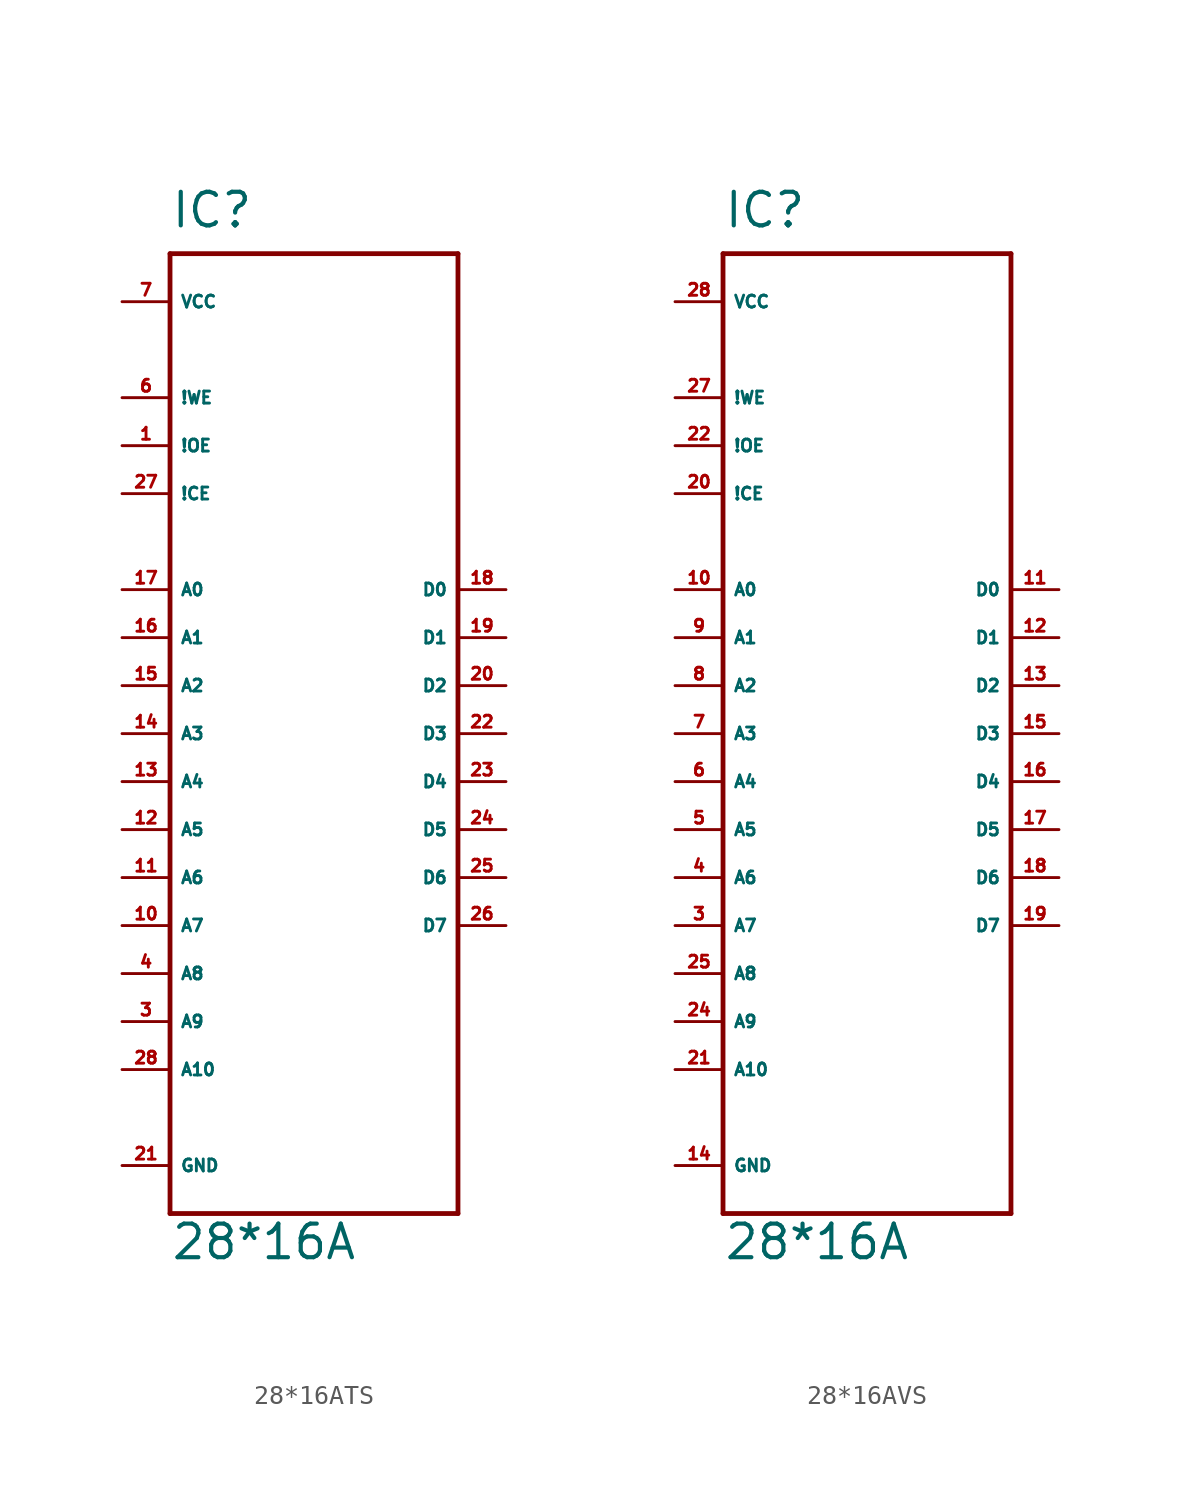
<source format=kicad_sym>
(kicad_symbol_lib
  (version 20220914)
  (generator Eagle2Kicad)
  (symbol "28*16ATS"
    (property "Reference" "IC"
      (at -7.62 26.67 0)
      (effects (font (size 1.778 1.778) (thickness 0.22)) (justify left bottom)))
    (property "Value" "28*16A"
      (at -7.62 -27.94 0)
      (effects (font (size 1.778 1.778) (thickness 0.22)) (justify left bottom)))
    (polyline
      (pts (xy -7.62 25.4) (xy 7.62 25.4))
      (stroke (width 0.254) (type default))
      (fill (type none)))
    (polyline
      (pts (xy 7.62 25.4) (xy 7.62 -25.4))
      (stroke (width 0.254) (type default))
      (fill (type none)))
    (polyline
      (pts (xy 7.62 -25.4) (xy -7.62 -25.4))
      (stroke (width 0.254) (type default))
      (fill (type none)))
    (polyline
      (pts (xy -7.62 -25.4) (xy -7.62 25.4))
      (stroke (width 0.254) (type default))
      (fill (type none)))
    (pin input line
      (at -10.16 7.62 0)
      (length 2.54)
      (name "A0" (effects (font (size 0.635 0.635) (thickness 0.08)) (justify left bottom)))
      (number "17" (effects (font (size 0.635 0.635) (thickness 0.08)) (justify left bottom))))
    (pin input line
      (at -10.16 5.08 0)
      (length 2.54)
      (name "A1" (effects (font (size 0.635 0.635) (thickness 0.08)) (justify left bottom)))
      (number "16" (effects (font (size 0.635 0.635) (thickness 0.08)) (justify left bottom))))
    (pin input line
      (at -10.16 2.54 0)
      (length 2.54)
      (name "A2" (effects (font (size 0.635 0.635) (thickness 0.08)) (justify left bottom)))
      (number "15" (effects (font (size 0.635 0.635) (thickness 0.08)) (justify left bottom))))
    (pin input line
      (at -10.16 0 0)
      (length 2.54)
      (name "A3" (effects (font (size 0.635 0.635) (thickness 0.08)) (justify left bottom)))
      (number "14" (effects (font (size 0.635 0.635) (thickness 0.08)) (justify left bottom))))
    (pin input line
      (at -10.16 -2.54 0)
      (length 2.54)
      (name "A4" (effects (font (size 0.635 0.635) (thickness 0.08)) (justify left bottom)))
      (number "13" (effects (font (size 0.635 0.635) (thickness 0.08)) (justify left bottom))))
    (pin input line
      (at -10.16 -5.08 0)
      (length 2.54)
      (name "A5" (effects (font (size 0.635 0.635) (thickness 0.08)) (justify left bottom)))
      (number "12" (effects (font (size 0.635 0.635) (thickness 0.08)) (justify left bottom))))
    (pin input line
      (at -10.16 -7.62 0)
      (length 2.54)
      (name "A6" (effects (font (size 0.635 0.635) (thickness 0.08)) (justify left bottom)))
      (number "11" (effects (font (size 0.635 0.635) (thickness 0.08)) (justify left bottom))))
    (pin input line
      (at -10.16 -10.16 0)
      (length 2.54)
      (name "A7" (effects (font (size 0.635 0.635) (thickness 0.08)) (justify left bottom)))
      (number "10" (effects (font (size 0.635 0.635) (thickness 0.08)) (justify left bottom))))
    (pin input line
      (at -10.16 -12.7 0)
      (length 2.54)
      (name "A8" (effects (font (size 0.635 0.635) (thickness 0.08)) (justify left bottom)))
      (number "4" (effects (font (size 0.635 0.635) (thickness 0.08)) (justify left bottom))))
    (pin input line
      (at -10.16 17.78 0)
      (length 2.54)
      (name "!WE" (effects (font (size 0.635 0.635) (thickness 0.08)) (justify left bottom)))
      (number "6" (effects (font (size 0.635 0.635) (thickness 0.08)) (justify left bottom))))
    (pin input line
      (at -10.16 12.7 0)
      (length 2.54)
      (name "!CE" (effects (font (size 0.635 0.635) (thickness 0.08)) (justify left bottom)))
      (number "27" (effects (font (size 0.635 0.635) (thickness 0.08)) (justify left bottom))))
    (pin input line
      (at -10.16 15.24 0)
      (length 2.54)
      (name "!OE" (effects (font (size 0.635 0.635) (thickness 0.08)) (justify left bottom)))
      (number "1" (effects (font (size 0.635 0.635) (thickness 0.08)) (justify left bottom))))
    (pin tri_state line
      (at 10.16 7.62 180)
      (length 2.54)
      (name "D0" (effects (font (size 0.635 0.635) (thickness 0.08)) (justify left bottom)))
      (number "18" (effects (font (size 0.635 0.635) (thickness 0.08)) (justify left bottom))))
    (pin tri_state line
      (at 10.16 5.08 180)
      (length 2.54)
      (name "D1" (effects (font (size 0.635 0.635) (thickness 0.08)) (justify left bottom)))
      (number "19" (effects (font (size 0.635 0.635) (thickness 0.08)) (justify left bottom))))
    (pin tri_state line
      (at 10.16 2.54 180)
      (length 2.54)
      (name "D2" (effects (font (size 0.635 0.635) (thickness 0.08)) (justify left bottom)))
      (number "20" (effects (font (size 0.635 0.635) (thickness 0.08)) (justify left bottom))))
    (pin tri_state line
      (at 10.16 0 180)
      (length 2.54)
      (name "D3" (effects (font (size 0.635 0.635) (thickness 0.08)) (justify left bottom)))
      (number "22" (effects (font (size 0.635 0.635) (thickness 0.08)) (justify left bottom))))
    (pin tri_state line
      (at 10.16 -2.54 180)
      (length 2.54)
      (name "D4" (effects (font (size 0.635 0.635) (thickness 0.08)) (justify left bottom)))
      (number "23" (effects (font (size 0.635 0.635) (thickness 0.08)) (justify left bottom))))
    (pin tri_state line
      (at 10.16 -5.08 180)
      (length 2.54)
      (name "D5" (effects (font (size 0.635 0.635) (thickness 0.08)) (justify left bottom)))
      (number "24" (effects (font (size 0.635 0.635) (thickness 0.08)) (justify left bottom))))
    (pin tri_state line
      (at 10.16 -7.62 180)
      (length 2.54)
      (name "D6" (effects (font (size 0.635 0.635) (thickness 0.08)) (justify left bottom)))
      (number "25" (effects (font (size 0.635 0.635) (thickness 0.08)) (justify left bottom))))
    (pin tri_state line
      (at 10.16 -10.16 180)
      (length 2.54)
      (name "D7" (effects (font (size 0.635 0.635) (thickness 0.08)) (justify left bottom)))
      (number "26" (effects (font (size 0.635 0.635) (thickness 0.08)) (justify left bottom))))
    (pin unspecified line
      (at -10.16 22.86 0)
      (length 2.54)
      (name "VCC" (effects (font (size 0.635 0.635) (thickness 0.08)) (justify left bottom)))
      (number "7" (effects (font (size 0.635 0.635) (thickness 0.08)) (justify left bottom))))
    (pin unspecified line
      (at -10.16 -22.86 0)
      (length 2.54)
      (name "GND" (effects (font (size 0.635 0.635) (thickness 0.08)) (justify left bottom)))
      (number "21" (effects (font (size 0.635 0.635) (thickness 0.08)) (justify left bottom))))
    (pin input line
      (at -10.16 -15.24 0)
      (length 2.54)
      (name "A9" (effects (font (size 0.635 0.635) (thickness 0.08)) (justify left bottom)))
      (number "3" (effects (font (size 0.635 0.635) (thickness 0.08)) (justify left bottom))))
    (pin input line
      (at -10.16 -17.78 0)
      (length 2.54)
      (name "A10" (effects (font (size 0.635 0.635) (thickness 0.08)) (justify left bottom)))
      (number "28" (effects (font (size 0.635 0.635) (thickness 0.08)) (justify left bottom)))))
  (symbol "28*16AVS"
    (property "Reference" "IC"
      (at -7.62 26.67 0)
      (effects (font (size 1.778 1.778) (thickness 0.22)) (justify left bottom)))
    (property "Value" "28*16A"
      (at -7.62 -27.94 0)
      (effects (font (size 1.778 1.778) (thickness 0.22)) (justify left bottom)))
    (polyline
      (pts (xy -7.62 25.4) (xy 7.62 25.4))
      (stroke (width 0.254) (type default))
      (fill (type none)))
    (polyline
      (pts (xy 7.62 25.4) (xy 7.62 -25.4))
      (stroke (width 0.254) (type default))
      (fill (type none)))
    (polyline
      (pts (xy 7.62 -25.4) (xy -7.62 -25.4))
      (stroke (width 0.254) (type default))
      (fill (type none)))
    (polyline
      (pts (xy -7.62 -25.4) (xy -7.62 25.4))
      (stroke (width 0.254) (type default))
      (fill (type none)))
    (pin input line
      (at -10.16 7.62 0)
      (length 2.54)
      (name "A0" (effects (font (size 0.635 0.635) (thickness 0.08)) (justify left bottom)))
      (number "10" (effects (font (size 0.635 0.635) (thickness 0.08)) (justify left bottom))))
    (pin input line
      (at -10.16 5.08 0)
      (length 2.54)
      (name "A1" (effects (font (size 0.635 0.635) (thickness 0.08)) (justify left bottom)))
      (number "9" (effects (font (size 0.635 0.635) (thickness 0.08)) (justify left bottom))))
    (pin input line
      (at -10.16 2.54 0)
      (length 2.54)
      (name "A2" (effects (font (size 0.635 0.635) (thickness 0.08)) (justify left bottom)))
      (number "8" (effects (font (size 0.635 0.635) (thickness 0.08)) (justify left bottom))))
    (pin input line
      (at -10.16 0 0)
      (length 2.54)
      (name "A3" (effects (font (size 0.635 0.635) (thickness 0.08)) (justify left bottom)))
      (number "7" (effects (font (size 0.635 0.635) (thickness 0.08)) (justify left bottom))))
    (pin input line
      (at -10.16 -2.54 0)
      (length 2.54)
      (name "A4" (effects (font (size 0.635 0.635) (thickness 0.08)) (justify left bottom)))
      (number "6" (effects (font (size 0.635 0.635) (thickness 0.08)) (justify left bottom))))
    (pin input line
      (at -10.16 -5.08 0)
      (length 2.54)
      (name "A5" (effects (font (size 0.635 0.635) (thickness 0.08)) (justify left bottom)))
      (number "5" (effects (font (size 0.635 0.635) (thickness 0.08)) (justify left bottom))))
    (pin input line
      (at -10.16 -7.62 0)
      (length 2.54)
      (name "A6" (effects (font (size 0.635 0.635) (thickness 0.08)) (justify left bottom)))
      (number "4" (effects (font (size 0.635 0.635) (thickness 0.08)) (justify left bottom))))
    (pin input line
      (at -10.16 -10.16 0)
      (length 2.54)
      (name "A7" (effects (font (size 0.635 0.635) (thickness 0.08)) (justify left bottom)))
      (number "3" (effects (font (size 0.635 0.635) (thickness 0.08)) (justify left bottom))))
    (pin input line
      (at -10.16 -12.7 0)
      (length 2.54)
      (name "A8" (effects (font (size 0.635 0.635) (thickness 0.08)) (justify left bottom)))
      (number "25" (effects (font (size 0.635 0.635) (thickness 0.08)) (justify left bottom))))
    (pin input line
      (at -10.16 17.78 0)
      (length 2.54)
      (name "!WE" (effects (font (size 0.635 0.635) (thickness 0.08)) (justify left bottom)))
      (number "27" (effects (font (size 0.635 0.635) (thickness 0.08)) (justify left bottom))))
    (pin input line
      (at -10.16 12.7 0)
      (length 2.54)
      (name "!CE" (effects (font (size 0.635 0.635) (thickness 0.08)) (justify left bottom)))
      (number "20" (effects (font (size 0.635 0.635) (thickness 0.08)) (justify left bottom))))
    (pin input line
      (at -10.16 15.24 0)
      (length 2.54)
      (name "!OE" (effects (font (size 0.635 0.635) (thickness 0.08)) (justify left bottom)))
      (number "22" (effects (font (size 0.635 0.635) (thickness 0.08)) (justify left bottom))))
    (pin tri_state line
      (at 10.16 7.62 180)
      (length 2.54)
      (name "D0" (effects (font (size 0.635 0.635) (thickness 0.08)) (justify left bottom)))
      (number "11" (effects (font (size 0.635 0.635) (thickness 0.08)) (justify left bottom))))
    (pin tri_state line
      (at 10.16 5.08 180)
      (length 2.54)
      (name "D1" (effects (font (size 0.635 0.635) (thickness 0.08)) (justify left bottom)))
      (number "12" (effects (font (size 0.635 0.635) (thickness 0.08)) (justify left bottom))))
    (pin tri_state line
      (at 10.16 2.54 180)
      (length 2.54)
      (name "D2" (effects (font (size 0.635 0.635) (thickness 0.08)) (justify left bottom)))
      (number "13" (effects (font (size 0.635 0.635) (thickness 0.08)) (justify left bottom))))
    (pin tri_state line
      (at 10.16 0 180)
      (length 2.54)
      (name "D3" (effects (font (size 0.635 0.635) (thickness 0.08)) (justify left bottom)))
      (number "15" (effects (font (size 0.635 0.635) (thickness 0.08)) (justify left bottom))))
    (pin tri_state line
      (at 10.16 -2.54 180)
      (length 2.54)
      (name "D4" (effects (font (size 0.635 0.635) (thickness 0.08)) (justify left bottom)))
      (number "16" (effects (font (size 0.635 0.635) (thickness 0.08)) (justify left bottom))))
    (pin tri_state line
      (at 10.16 -5.08 180)
      (length 2.54)
      (name "D5" (effects (font (size 0.635 0.635) (thickness 0.08)) (justify left bottom)))
      (number "17" (effects (font (size 0.635 0.635) (thickness 0.08)) (justify left bottom))))
    (pin tri_state line
      (at 10.16 -7.62 180)
      (length 2.54)
      (name "D6" (effects (font (size 0.635 0.635) (thickness 0.08)) (justify left bottom)))
      (number "18" (effects (font (size 0.635 0.635) (thickness 0.08)) (justify left bottom))))
    (pin tri_state line
      (at 10.16 -10.16 180)
      (length 2.54)
      (name "D7" (effects (font (size 0.635 0.635) (thickness 0.08)) (justify left bottom)))
      (number "19" (effects (font (size 0.635 0.635) (thickness 0.08)) (justify left bottom))))
    (pin unspecified line
      (at -10.16 22.86 0)
      (length 2.54)
      (name "VCC" (effects (font (size 0.635 0.635) (thickness 0.08)) (justify left bottom)))
      (number "28" (effects (font (size 0.635 0.635) (thickness 0.08)) (justify left bottom))))
    (pin unspecified line
      (at -10.16 -22.86 0)
      (length 2.54)
      (name "GND" (effects (font (size 0.635 0.635) (thickness 0.08)) (justify left bottom)))
      (number "14" (effects (font (size 0.635 0.635) (thickness 0.08)) (justify left bottom))))
    (pin input line
      (at -10.16 -15.24 0)
      (length 2.54)
      (name "A9" (effects (font (size 0.635 0.635) (thickness 0.08)) (justify left bottom)))
      (number "24" (effects (font (size 0.635 0.635) (thickness 0.08)) (justify left bottom))))
    (pin input line
      (at -10.16 -17.78 0)
      (length 2.54)
      (name "A10" (effects (font (size 0.635 0.635) (thickness 0.08)) (justify left bottom)))
      (number "21" (effects (font (size 0.635 0.635) (thickness 0.08)) (justify left bottom))))))
</source>
